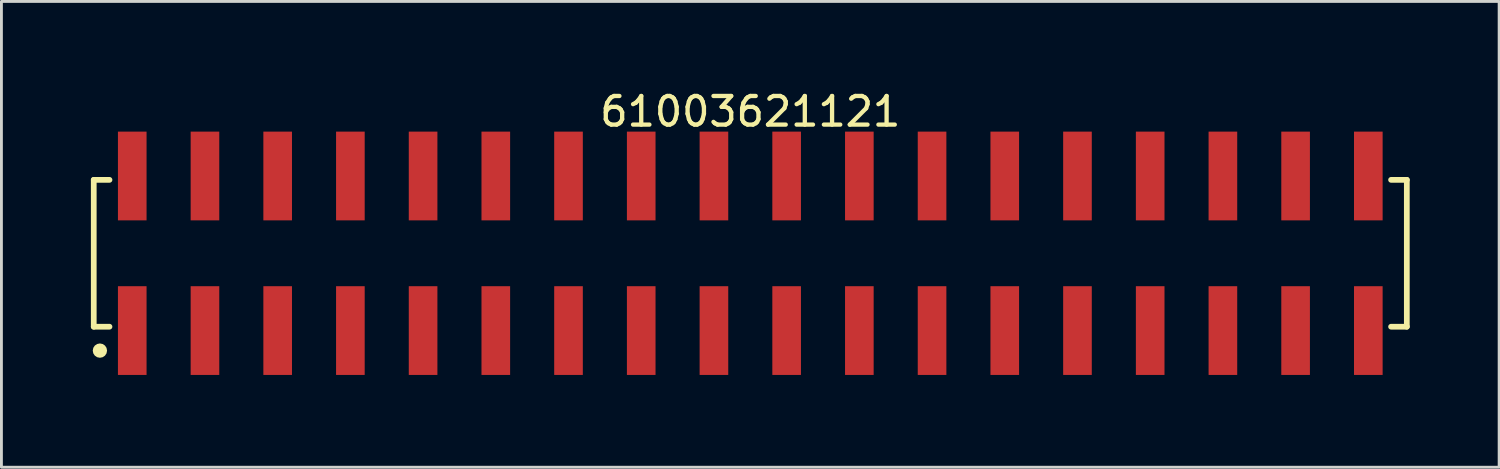
<source format=kicad_pcb>
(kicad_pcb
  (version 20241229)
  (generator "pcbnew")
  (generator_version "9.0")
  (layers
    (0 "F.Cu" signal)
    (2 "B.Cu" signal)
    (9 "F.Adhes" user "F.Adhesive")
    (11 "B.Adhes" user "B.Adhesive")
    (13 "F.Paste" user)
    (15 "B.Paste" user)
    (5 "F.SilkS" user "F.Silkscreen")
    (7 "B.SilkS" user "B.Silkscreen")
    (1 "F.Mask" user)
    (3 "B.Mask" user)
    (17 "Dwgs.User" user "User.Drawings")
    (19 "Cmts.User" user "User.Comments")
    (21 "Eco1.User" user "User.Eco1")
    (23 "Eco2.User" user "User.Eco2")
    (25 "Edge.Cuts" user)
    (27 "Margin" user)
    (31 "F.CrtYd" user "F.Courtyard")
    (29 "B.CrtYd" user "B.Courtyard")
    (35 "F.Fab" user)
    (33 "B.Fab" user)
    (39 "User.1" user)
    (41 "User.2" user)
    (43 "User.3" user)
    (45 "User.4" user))
  (footprint "61003621121"
    (layer "F.Cu")
    (at 23.16 5.798)
    (property "Reference" "61003621121" (at 0 -4.95 0) (layer "F.SilkS") (effects (font (size 1 1) (thickness 0.15))))
    (fp_line (start -22.935 -2.565) (end -22.385 -2.565) (stroke (width 0.2) (type solid)) (layer "F.SilkS"))
    (fp_line (start -22.935 2.565) (end -22.935 -2.565) (stroke (width 0.2) (type solid)) (layer "F.SilkS"))
    (fp_line (start -22.935 2.565) (end -22.385 2.565) (stroke (width 0.2) (type solid)) (layer "F.SilkS"))
    (fp_line (start 22.385 -2.565) (end 22.935 -2.565) (stroke (width 0.2) (type solid)) (layer "F.SilkS"))
    (fp_line (start 22.385 2.565) (end 22.935 2.565) (stroke (width 0.2) (type solid)) (layer "F.SilkS"))
    (fp_line (start 22.935 2.565) (end 22.935 -2.565) (stroke (width 0.2) (type solid)) (layer "F.SilkS"))
    (fp_circle (center -22.72 3.4) (end -22.72 3.275) (stroke (width 0.25) (type solid)) (fill no) (layer "F.SilkS"))
    (fp_line (start -23.135 -4.45) (end 23.135 -4.45) (stroke (width 0.05) (type solid)) (layer "Eco2.User"))
    (fp_line (start -23.135 4.45) (end -23.135 -4.45) (stroke (width 0.05) (type solid)) (layer "Eco2.User"))
    (fp_line (start -23.135 4.45) (end 23.135 4.45) (stroke (width 0.05) (type solid)) (layer "Eco2.User"))
    (fp_line (start -22.86 -2.54) (end 22.86 -2.54) (stroke (width 0.1) (type solid)) (layer "Eco2.User"))
    (fp_line (start -22.86 2.54) (end -22.86 -2.54) (stroke (width 0.1) (type solid)) (layer "Eco2.User"))
    (fp_line (start -22.86 2.54) (end 22.86 2.54) (stroke (width 0.1) (type solid)) (layer "Eco2.User"))
    (fp_line (start -21.91 -3.75) (end -21.27 -3.75) (stroke (width 0.1) (type solid)) (layer "Eco2.User"))
    (fp_line (start -21.91 -2.54) (end -21.91 -3.75) (stroke (width 0.1) (type solid)) (layer "Eco2.User"))
    (fp_line (start -21.91 3.75) (end -21.91 2.54) (stroke (width 0.1) (type solid)) (layer "Eco2.User"))
    (fp_line (start -21.91 3.75) (end -21.27 3.75) (stroke (width 0.1) (type solid)) (layer "Eco2.User"))
    (fp_line (start -21.27 -2.54) (end -21.27 -3.75) (stroke (width 0.1) (type solid)) (layer "Eco2.User"))
    (fp_line (start -21.27 3.75) (end -21.27 2.54) (stroke (width 0.1) (type solid)) (layer "Eco2.User"))
    (fp_line (start -19.37 -3.75) (end -18.73 -3.75) (stroke (width 0.1) (type solid)) (layer "Eco2.User"))
    (fp_line (start -19.37 -2.54) (end -19.37 -3.75) (stroke (width 0.1) (type solid)) (layer "Eco2.User"))
    (fp_line (start -19.37 3.75) (end -19.37 2.54) (stroke (width 0.1) (type solid)) (layer "Eco2.User"))
    (fp_line (start -19.37 3.75) (end -18.73 3.75) (stroke (width 0.1) (type solid)) (layer "Eco2.User"))
    (fp_line (start -18.73 -2.54) (end -18.73 -3.75) (stroke (width 0.1) (type solid)) (layer "Eco2.User"))
    (fp_line (start -18.73 3.75) (end -18.73 2.54) (stroke (width 0.1) (type solid)) (layer "Eco2.User"))
    (fp_line (start -16.83 -3.75) (end -16.19 -3.75) (stroke (width 0.1) (type solid)) (layer "Eco2.User"))
    (fp_line (start -16.83 -2.54) (end -16.83 -3.75) (stroke (width 0.1) (type solid)) (layer "Eco2.User"))
    (fp_line (start -16.83 3.75) (end -16.83 2.54) (stroke (width 0.1) (type solid)) (layer "Eco2.User"))
    (fp_line (start -16.83 3.75) (end -16.19 3.75) (stroke (width 0.1) (type solid)) (layer "Eco2.User"))
    (fp_line (start -16.19 -2.54) (end -16.19 -3.75) (stroke (width 0.1) (type solid)) (layer "Eco2.User"))
    (fp_line (start -16.19 3.75) (end -16.19 2.54) (stroke (width 0.1) (type solid)) (layer "Eco2.User"))
    (fp_line (start -14.29 -3.75) (end -13.65 -3.75) (stroke (width 0.1) (type solid)) (layer "Eco2.User"))
    (fp_line (start -14.29 -2.54) (end -14.29 -3.75) (stroke (width 0.1) (type solid)) (layer "Eco2.User"))
    (fp_line (start -14.29 3.75) (end -14.29 2.54) (stroke (width 0.1) (type solid)) (layer "Eco2.User"))
    (fp_line (start -14.29 3.75) (end -13.65 3.75) (stroke (width 0.1) (type solid)) (layer "Eco2.User"))
    (fp_line (start -13.65 -2.54) (end -13.65 -3.75) (stroke (width 0.1) (type solid)) (layer "Eco2.User"))
    (fp_line (start -13.65 3.75) (end -13.65 2.54) (stroke (width 0.1) (type solid)) (layer "Eco2.User"))
    (fp_line (start -11.75 -3.75) (end -11.11 -3.75) (stroke (width 0.1) (type solid)) (layer "Eco2.User"))
    (fp_line (start -11.75 -2.54) (end -11.75 -3.75) (stroke (width 0.1) (type solid)) (layer "Eco2.User"))
    (fp_line (start -11.75 3.75) (end -11.75 2.54) (stroke (width 0.1) (type solid)) (layer "Eco2.User"))
    (fp_line (start -11.75 3.75) (end -11.11 3.75) (stroke (width 0.1) (type solid)) (layer "Eco2.User"))
    (fp_line (start -11.11 -2.54) (end -11.11 -3.75) (stroke (width 0.1) (type solid)) (layer "Eco2.User"))
    (fp_line (start -11.11 3.75) (end -11.11 2.54) (stroke (width 0.1) (type solid)) (layer "Eco2.User"))
    (fp_line (start -9.21 -3.75) (end -8.57 -3.75) (stroke (width 0.1) (type solid)) (layer "Eco2.User"))
    (fp_line (start -9.21 -2.54) (end -9.21 -3.75) (stroke (width 0.1) (type solid)) (layer "Eco2.User"))
    (fp_line (start -9.21 3.75) (end -9.21 2.54) (stroke (width 0.1) (type solid)) (layer "Eco2.User"))
    (fp_line (start -9.21 3.75) (end -8.57 3.75) (stroke (width 0.1) (type solid)) (layer "Eco2.User"))
    (fp_line (start -8.57 -2.54) (end -8.57 -3.75) (stroke (width 0.1) (type solid)) (layer "Eco2.User"))
    (fp_line (start -8.57 3.75) (end -8.57 2.54) (stroke (width 0.1) (type solid)) (layer "Eco2.User"))
    (fp_line (start -6.67 -3.75) (end -6.03 -3.75) (stroke (width 0.1) (type solid)) (layer "Eco2.User"))
    (fp_line (start -6.67 -2.54) (end -6.67 -3.75) (stroke (width 0.1) (type solid)) (layer "Eco2.User"))
    (fp_line (start -6.67 3.75) (end -6.67 2.54) (stroke (width 0.1) (type solid)) (layer "Eco2.User"))
    (fp_line (start -6.67 3.75) (end -6.03 3.75) (stroke (width 0.1) (type solid)) (layer "Eco2.User"))
    (fp_line (start -6.03 -2.54) (end -6.03 -3.75) (stroke (width 0.1) (type solid)) (layer "Eco2.User"))
    (fp_line (start -6.03 3.75) (end -6.03 2.54) (stroke (width 0.1) (type solid)) (layer "Eco2.User"))
    (fp_line (start -4.13 -3.75) (end -3.49 -3.75) (stroke (width 0.1) (type solid)) (layer "Eco2.User"))
    (fp_line (start -4.13 -2.54) (end -4.13 -3.75) (stroke (width 0.1) (type solid)) (layer "Eco2.User"))
    (fp_line (start -4.13 3.75) (end -4.13 2.54) (stroke (width 0.1) (type solid)) (layer "Eco2.User"))
    (fp_line (start -4.13 3.75) (end -3.49 3.75) (stroke (width 0.1) (type solid)) (layer "Eco2.User"))
    (fp_line (start -3.49 -2.54) (end -3.49 -3.75) (stroke (width 0.1) (type solid)) (layer "Eco2.User"))
    (fp_line (start -3.49 3.75) (end -3.49 2.54) (stroke (width 0.1) (type solid)) (layer "Eco2.User"))
    (fp_line (start -1.59 -3.75) (end -0.95 -3.75) (stroke (width 0.1) (type solid)) (layer "Eco2.User"))
    (fp_line (start -1.59 -2.54) (end -1.59 -3.75) (stroke (width 0.1) (type solid)) (layer "Eco2.User"))
    (fp_line (start -1.59 3.75) (end -1.59 2.54) (stroke (width 0.1) (type solid)) (layer "Eco2.User"))
    (fp_line (start -1.59 3.75) (end -0.95 3.75) (stroke (width 0.1) (type solid)) (layer "Eco2.User"))
    (fp_line (start -0.95 -2.54) (end -0.95 -3.75) (stroke (width 0.1) (type solid)) (layer "Eco2.User"))
    (fp_line (start -0.95 3.75) (end -0.95 2.54) (stroke (width 0.1) (type solid)) (layer "Eco2.User"))
    (fp_line (start -0.5 0) (end 0.5 0) (stroke (width 0.05) (type solid)) (layer "Eco2.User"))
    (fp_line (start 0 0.5) (end 0 -0.5) (stroke (width 0.05) (type solid)) (layer "Eco2.User"))
    (fp_line (start 0.95 -3.75) (end 1.59 -3.75) (stroke (width 0.1) (type solid)) (layer "Eco2.User"))
    (fp_line (start 0.95 -2.54) (end 0.95 -3.75) (stroke (width 0.1) (type solid)) (layer "Eco2.User"))
    (fp_line (start 0.95 3.75) (end 0.95 2.54) (stroke (width 0.1) (type solid)) (layer "Eco2.User"))
    (fp_line (start 0.95 3.75) (end 1.59 3.75) (stroke (width 0.1) (type solid)) (layer "Eco2.User"))
    (fp_line (start 1.59 -2.54) (end 1.59 -3.75) (stroke (width 0.1) (type solid)) (layer "Eco2.User"))
    (fp_line (start 1.59 3.75) (end 1.59 2.54) (stroke (width 0.1) (type solid)) (layer "Eco2.User"))
    (fp_line (start 3.49 -3.75) (end 4.13 -3.75) (stroke (width 0.1) (type solid)) (layer "Eco2.User"))
    (fp_line (start 3.49 -2.54) (end 3.49 -3.75) (stroke (width 0.1) (type solid)) (layer "Eco2.User"))
    (fp_line (start 3.49 3.75) (end 3.49 2.54) (stroke (width 0.1) (type solid)) (layer "Eco2.User"))
    (fp_line (start 3.49 3.75) (end 4.13 3.75) (stroke (width 0.1) (type solid)) (layer "Eco2.User"))
    (fp_line (start 4.13 -2.54) (end 4.13 -3.75) (stroke (width 0.1) (type solid)) (layer "Eco2.User"))
    (fp_line (start 4.13 3.75) (end 4.13 2.54) (stroke (width 0.1) (type solid)) (layer "Eco2.User"))
    (fp_line (start 6.03 -3.75) (end 6.67 -3.75) (stroke (width 0.1) (type solid)) (layer "Eco2.User"))
    (fp_line (start 6.03 -2.54) (end 6.03 -3.75) (stroke (width 0.1) (type solid)) (layer "Eco2.User"))
    (fp_line (start 6.03 3.75) (end 6.03 2.54) (stroke (width 0.1) (type solid)) (layer "Eco2.User"))
    (fp_line (start 6.03 3.75) (end 6.67 3.75) (stroke (width 0.1) (type solid)) (layer "Eco2.User"))
    (fp_line (start 6.67 -2.54) (end 6.67 -3.75) (stroke (width 0.1) (type solid)) (layer "Eco2.User"))
    (fp_line (start 6.67 3.75) (end 6.67 2.54) (stroke (width 0.1) (type solid)) (layer "Eco2.User"))
    (fp_line (start 8.57 -3.75) (end 9.21 -3.75) (stroke (width 0.1) (type solid)) (layer "Eco2.User"))
    (fp_line (start 8.57 -2.54) (end 8.57 -3.75) (stroke (width 0.1) (type solid)) (layer "Eco2.User"))
    (fp_line (start 8.57 3.75) (end 8.57 2.54) (stroke (width 0.1) (type solid)) (layer "Eco2.User"))
    (fp_line (start 8.57 3.75) (end 9.21 3.75) (stroke (width 0.1) (type solid)) (layer "Eco2.User"))
    (fp_line (start 9.21 -2.54) (end 9.21 -3.75) (stroke (width 0.1) (type solid)) (layer "Eco2.User"))
    (fp_line (start 9.21 3.75) (end 9.21 2.54) (stroke (width 0.1) (type solid)) (layer "Eco2.User"))
    (fp_line (start 11.11 -3.75) (end 11.75 -3.75) (stroke (width 0.1) (type solid)) (layer "Eco2.User"))
    (fp_line (start 11.11 -2.54) (end 11.11 -3.75) (stroke (width 0.1) (type solid)) (layer "Eco2.User"))
    (fp_line (start 11.11 3.75) (end 11.11 2.54) (stroke (width 0.1) (type solid)) (layer "Eco2.User"))
    (fp_line (start 11.11 3.75) (end 11.75 3.75) (stroke (width 0.1) (type solid)) (layer "Eco2.User"))
    (fp_line (start 11.75 -2.54) (end 11.75 -3.75) (stroke (width 0.1) (type solid)) (layer "Eco2.User"))
    (fp_line (start 11.75 3.75) (end 11.75 2.54) (stroke (width 0.1) (type solid)) (layer "Eco2.User"))
    (fp_line (start 13.65 -3.75) (end 14.29 -3.75) (stroke (width 0.1) (type solid)) (layer "Eco2.User"))
    (fp_line (start 13.65 -2.54) (end 13.65 -3.75) (stroke (width 0.1) (type solid)) (layer "Eco2.User"))
    (fp_line (start 13.65 3.75) (end 13.65 2.54) (stroke (width 0.1) (type solid)) (layer "Eco2.User"))
    (fp_line (start 13.65 3.75) (end 14.29 3.75) (stroke (width 0.1) (type solid)) (layer "Eco2.User"))
    (fp_line (start 14.29 -2.54) (end 14.29 -3.75) (stroke (width 0.1) (type solid)) (layer "Eco2.User"))
    (fp_line (start 14.29 3.75) (end 14.29 2.54) (stroke (width 0.1) (type solid)) (layer "Eco2.User"))
    (fp_line (start 16.19 -3.75) (end 16.83 -3.75) (stroke (width 0.1) (type solid)) (layer "Eco2.User"))
    (fp_line (start 16.19 -2.54) (end 16.19 -3.75) (stroke (width 0.1) (type solid)) (layer "Eco2.User"))
    (fp_line (start 16.19 3.75) (end 16.19 2.54) (stroke (width 0.1) (type solid)) (layer "Eco2.User"))
    (fp_line (start 16.19 3.75) (end 16.83 3.75) (stroke (width 0.1) (type solid)) (layer "Eco2.User"))
    (fp_line (start 16.83 -2.54) (end 16.83 -3.75) (stroke (width 0.1) (type solid)) (layer "Eco2.User"))
    (fp_line (start 16.83 3.75) (end 16.83 2.54) (stroke (width 0.1) (type solid)) (layer "Eco2.User"))
    (fp_line (start 18.73 -3.75) (end 19.37 -3.75) (stroke (width 0.1) (type solid)) (layer "Eco2.User"))
    (fp_line (start 18.73 -2.54) (end 18.73 -3.75) (stroke (width 0.1) (type solid)) (layer "Eco2.User"))
    (fp_line (start 18.73 3.75) (end 18.73 2.54) (stroke (width 0.1) (type solid)) (layer "Eco2.User"))
    (fp_line (start 18.73 3.75) (end 19.37 3.75) (stroke (width 0.1) (type solid)) (layer "Eco2.User"))
    (fp_line (start 19.37 -2.54) (end 19.37 -3.75) (stroke (width 0.1) (type solid)) (layer "Eco2.User"))
    (fp_line (start 19.37 3.75) (end 19.37 2.54) (stroke (width 0.1) (type solid)) (layer "Eco2.User"))
    (fp_line (start 21.27 -3.75) (end 21.91 -3.75) (stroke (width 0.1) (type solid)) (layer "Eco2.User"))
    (fp_line (start 21.27 -2.54) (end 21.27 -3.75) (stroke (width 0.1) (type solid)) (layer "Eco2.User"))
    (fp_line (start 21.27 3.75) (end 21.27 2.54) (stroke (width 0.1) (type solid)) (layer "Eco2.User"))
    (fp_line (start 21.27 3.75) (end 21.91 3.75) (stroke (width 0.1) (type solid)) (layer "Eco2.User"))
    (fp_line (start 21.91 -2.54) (end 21.91 -3.75) (stroke (width 0.1) (type solid)) (layer "Eco2.User"))
    (fp_line (start 21.91 3.75) (end 21.91 2.54) (stroke (width 0.1) (type solid)) (layer "Eco2.User"))
    (fp_line (start 22.86 2.54) (end 22.86 -2.54) (stroke (width 0.1) (type solid)) (layer "Eco2.User"))
    (fp_line (start 23.135 4.45) (end 23.135 -4.45) (stroke (width 0.05) (type solid)) (layer "Eco2.User"))
    (fp_text user "${REFERENCE}" (at 0.15 -0.197 0) (unlocked yes) (layer "User.3") (effects (font (size 1.5 1.5) (thickness 0.15))))
    (pad "1" smd rect (at -21.59 2.7) (size 1 3.1) (layers "F.Cu" "F.Mask" "F.Paste"))
    (pad "2" smd rect (at -21.59 -2.7) (size 1 3.1) (layers "F.Cu" "F.Mask" "F.Paste"))
    (pad "3" smd rect (at -19.05 2.7) (size 1 3.1) (layers "F.Cu" "F.Mask" "F.Paste"))
    (pad "4" smd rect (at -19.05 -2.7) (size 1 3.1) (layers "F.Cu" "F.Mask" "F.Paste"))
    (pad "5" smd rect (at -16.51 2.7) (size 1 3.1) (layers "F.Cu" "F.Mask" "F.Paste"))
    (pad "6" smd rect (at -16.51 -2.7) (size 1 3.1) (layers "F.Cu" "F.Mask" "F.Paste"))
    (pad "7" smd rect (at -13.97 2.7) (size 1 3.1) (layers "F.Cu" "F.Mask" "F.Paste"))
    (pad "8" smd rect (at -13.97 -2.7) (size 1 3.1) (layers "F.Cu" "F.Mask" "F.Paste"))
    (pad "9" smd rect (at -11.43 2.7) (size 1 3.1) (layers "F.Cu" "F.Mask" "F.Paste"))
    (pad "10" smd rect (at -11.43 -2.7) (size 1 3.1) (layers "F.Cu" "F.Mask" "F.Paste"))
    (pad "11" smd rect (at -8.89 2.7) (size 1 3.1) (layers "F.Cu" "F.Mask" "F.Paste"))
    (pad "12" smd rect (at -8.89 -2.7) (size 1 3.1) (layers "F.Cu" "F.Mask" "F.Paste"))
    (pad "13" smd rect (at -6.35 2.7) (size 1 3.1) (layers "F.Cu" "F.Mask" "F.Paste"))
    (pad "14" smd rect (at -6.35 -2.7) (size 1 3.1) (layers "F.Cu" "F.Mask" "F.Paste"))
    (pad "15" smd rect (at -3.81 2.7) (size 1 3.1) (layers "F.Cu" "F.Mask" "F.Paste"))
    (pad "16" smd rect (at -3.81 -2.7) (size 1 3.1) (layers "F.Cu" "F.Mask" "F.Paste"))
    (pad "17" smd rect (at -1.27 2.7) (size 1 3.1) (layers "F.Cu" "F.Mask" "F.Paste"))
    (pad "18" smd rect (at -1.27 -2.7) (size 1 3.1) (layers "F.Cu" "F.Mask" "F.Paste"))
    (pad "19" smd rect (at 1.27 2.7) (size 1 3.1) (layers "F.Cu" "F.Mask" "F.Paste"))
    (pad "20" smd rect (at 1.27 -2.7) (size 1 3.1) (layers "F.Cu" "F.Mask" "F.Paste"))
    (pad "21" smd rect (at 3.81 2.7) (size 1 3.1) (layers "F.Cu" "F.Mask" "F.Paste"))
    (pad "22" smd rect (at 3.81 -2.7) (size 1 3.1) (layers "F.Cu" "F.Mask" "F.Paste"))
    (pad "23" smd rect (at 6.35 2.7) (size 1 3.1) (layers "F.Cu" "F.Mask" "F.Paste"))
    (pad "24" smd rect (at 6.35 -2.7) (size 1 3.1) (layers "F.Cu" "F.Mask" "F.Paste"))
    (pad "25" smd rect (at 8.89 2.7) (size 1 3.1) (layers "F.Cu" "F.Mask" "F.Paste"))
    (pad "26" smd rect (at 8.89 -2.7) (size 1 3.1) (layers "F.Cu" "F.Mask" "F.Paste"))
    (pad "27" smd rect (at 11.43 2.7) (size 1 3.1) (layers "F.Cu" "F.Mask" "F.Paste"))
    (pad "28" smd rect (at 11.43 -2.7) (size 1 3.1) (layers "F.Cu" "F.Mask" "F.Paste"))
    (pad "29" smd rect (at 13.97 2.7) (size 1 3.1) (layers "F.Cu" "F.Mask" "F.Paste"))
    (pad "30" smd rect (at 13.97 -2.7) (size 1 3.1) (layers "F.Cu" "F.Mask" "F.Paste"))
    (pad "31" smd rect (at 16.51 2.7) (size 1 3.1) (layers "F.Cu" "F.Mask" "F.Paste"))
    (pad "32" smd rect (at 16.51 -2.7) (size 1 3.1) (layers "F.Cu" "F.Mask" "F.Paste"))
    (pad "33" smd rect (at 19.05 2.7) (size 1 3.1) (layers "F.Cu" "F.Mask" "F.Paste"))
    (pad "34" smd rect (at 19.05 -2.7) (size 1 3.1) (layers "F.Cu" "F.Mask" "F.Paste"))
    (pad "35" smd rect (at 21.59 2.7) (size 1 3.1) (layers "F.Cu" "F.Mask" "F.Paste"))
    (pad "36" smd rect (at 21.59 -2.7) (size 1 3.1) (layers "F.Cu" "F.Mask" "F.Paste")))
  (gr_rect
    (start -3 -3)
    (end 49.32 13.273)
    (stroke (width 0.1) (type default))
    (fill no)
    (layer "Edge.Cuts")))
</source>
